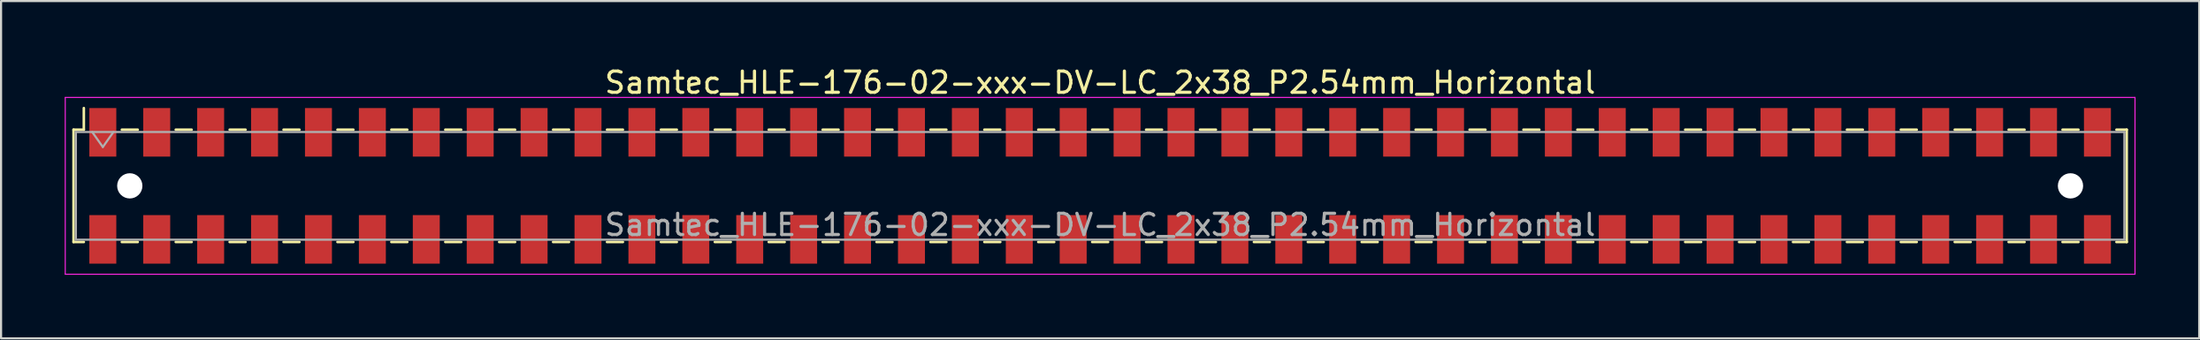
<source format=kicad_pcb>
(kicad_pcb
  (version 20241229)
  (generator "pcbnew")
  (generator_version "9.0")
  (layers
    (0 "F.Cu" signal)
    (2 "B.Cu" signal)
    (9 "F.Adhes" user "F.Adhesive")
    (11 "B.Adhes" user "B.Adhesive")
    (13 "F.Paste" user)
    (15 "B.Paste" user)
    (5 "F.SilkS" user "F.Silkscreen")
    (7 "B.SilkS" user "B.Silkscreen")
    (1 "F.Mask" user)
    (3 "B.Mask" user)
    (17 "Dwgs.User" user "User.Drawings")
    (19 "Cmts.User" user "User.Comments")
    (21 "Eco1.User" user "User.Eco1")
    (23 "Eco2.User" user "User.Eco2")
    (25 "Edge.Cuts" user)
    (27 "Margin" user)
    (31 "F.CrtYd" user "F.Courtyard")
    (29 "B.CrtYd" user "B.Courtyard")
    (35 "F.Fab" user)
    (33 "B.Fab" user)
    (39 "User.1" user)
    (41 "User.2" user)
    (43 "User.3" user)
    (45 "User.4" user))
  (footprint "Samtec_HLE-176-02-xxx-DV-LC_2x38_P2.54mm_Horizontal"
    (layer "F.Cu")
    (at 48.785 5.718)
    (property "Reference" "Samtec_HLE-176-02-xxx-DV-LC_2x38_P2.54mm_Horizontal" (at 0 -4.87 0) (layer "F.SilkS") (effects (font (size 1 1) (thickness 0.15))))
    (attr smd)
    (fp_line (start -48.37 -2.65) (end -48.37 2.65) (stroke (width 0.12) (type solid)) (layer "F.SilkS"))
    (fp_line (start -48.37 2.65) (end -47.885 2.65) (stroke (width 0.12) (type solid)) (layer "F.SilkS"))
    (fp_line (start -47.885 -3.67) (end -47.885 -2.65) (stroke (width 0.12) (type solid)) (layer "F.SilkS"))
    (fp_line (start -47.885 -2.65) (end -48.37 -2.65) (stroke (width 0.12) (type solid)) (layer "F.SilkS"))
    (fp_line (start -46.095 -2.65) (end -45.345 -2.65) (stroke (width 0.12) (type solid)) (layer "F.SilkS"))
    (fp_line (start -46.095 2.65) (end -45.345 2.65) (stroke (width 0.12) (type solid)) (layer "F.SilkS"))
    (fp_line (start -43.555 -2.65) (end -42.805 -2.65) (stroke (width 0.12) (type solid)) (layer "F.SilkS"))
    (fp_line (start -43.555 2.65) (end -42.805 2.65) (stroke (width 0.12) (type solid)) (layer "F.SilkS"))
    (fp_line (start -41.015 -2.65) (end -40.265 -2.65) (stroke (width 0.12) (type solid)) (layer "F.SilkS"))
    (fp_line (start -41.015 2.65) (end -40.265 2.65) (stroke (width 0.12) (type solid)) (layer "F.SilkS"))
    (fp_line (start -38.475 -2.65) (end -37.725 -2.65) (stroke (width 0.12) (type solid)) (layer "F.SilkS"))
    (fp_line (start -38.475 2.65) (end -37.725 2.65) (stroke (width 0.12) (type solid)) (layer "F.SilkS"))
    (fp_line (start -35.935 -2.65) (end -35.185 -2.65) (stroke (width 0.12) (type solid)) (layer "F.SilkS"))
    (fp_line (start -35.935 2.65) (end -35.185 2.65) (stroke (width 0.12) (type solid)) (layer "F.SilkS"))
    (fp_line (start -33.395 -2.65) (end -32.645 -2.65) (stroke (width 0.12) (type solid)) (layer "F.SilkS"))
    (fp_line (start -33.395 2.65) (end -32.645 2.65) (stroke (width 0.12) (type solid)) (layer "F.SilkS"))
    (fp_line (start -30.855 -2.65) (end -30.105 -2.65) (stroke (width 0.12) (type solid)) (layer "F.SilkS"))
    (fp_line (start -30.855 2.65) (end -30.105 2.65) (stroke (width 0.12) (type solid)) (layer "F.SilkS"))
    (fp_line (start -28.315 -2.65) (end -27.565 -2.65) (stroke (width 0.12) (type solid)) (layer "F.SilkS"))
    (fp_line (start -28.315 2.65) (end -27.565 2.65) (stroke (width 0.12) (type solid)) (layer "F.SilkS"))
    (fp_line (start -25.775 -2.65) (end -25.025 -2.65) (stroke (width 0.12) (type solid)) (layer "F.SilkS"))
    (fp_line (start -25.775 2.65) (end -25.025 2.65) (stroke (width 0.12) (type solid)) (layer "F.SilkS"))
    (fp_line (start -23.235 -2.65) (end -22.485 -2.65) (stroke (width 0.12) (type solid)) (layer "F.SilkS"))
    (fp_line (start -23.235 2.65) (end -22.485 2.65) (stroke (width 0.12) (type solid)) (layer "F.SilkS"))
    (fp_line (start -20.695 -2.65) (end -19.945 -2.65) (stroke (width 0.12) (type solid)) (layer "F.SilkS"))
    (fp_line (start -20.695 2.65) (end -19.945 2.65) (stroke (width 0.12) (type solid)) (layer "F.SilkS"))
    (fp_line (start -18.155 -2.65) (end -17.405 -2.65) (stroke (width 0.12) (type solid)) (layer "F.SilkS"))
    (fp_line (start -18.155 2.65) (end -17.405 2.65) (stroke (width 0.12) (type solid)) (layer "F.SilkS"))
    (fp_line (start -15.615 -2.65) (end -14.865 -2.65) (stroke (width 0.12) (type solid)) (layer "F.SilkS"))
    (fp_line (start -15.615 2.65) (end -14.865 2.65) (stroke (width 0.12) (type solid)) (layer "F.SilkS"))
    (fp_line (start -13.075 -2.65) (end -12.325 -2.65) (stroke (width 0.12) (type solid)) (layer "F.SilkS"))
    (fp_line (start -13.075 2.65) (end -12.325 2.65) (stroke (width 0.12) (type solid)) (layer "F.SilkS"))
    (fp_line (start -10.535 -2.65) (end -9.785 -2.65) (stroke (width 0.12) (type solid)) (layer "F.SilkS"))
    (fp_line (start -10.535 2.65) (end -9.785 2.65) (stroke (width 0.12) (type solid)) (layer "F.SilkS"))
    (fp_line (start -7.995 -2.65) (end -7.245 -2.65) (stroke (width 0.12) (type solid)) (layer "F.SilkS"))
    (fp_line (start -7.995 2.65) (end -7.245 2.65) (stroke (width 0.12) (type solid)) (layer "F.SilkS"))
    (fp_line (start -5.455 -2.65) (end -4.705 -2.65) (stroke (width 0.12) (type solid)) (layer "F.SilkS"))
    (fp_line (start -5.455 2.65) (end -4.705 2.65) (stroke (width 0.12) (type solid)) (layer "F.SilkS"))
    (fp_line (start -2.915 -2.65) (end -2.165 -2.65) (stroke (width 0.12) (type solid)) (layer "F.SilkS"))
    (fp_line (start -2.915 2.65) (end -2.165 2.65) (stroke (width 0.12) (type solid)) (layer "F.SilkS"))
    (fp_line (start -0.375 -2.65) (end 0.375 -2.65) (stroke (width 0.12) (type solid)) (layer "F.SilkS"))
    (fp_line (start -0.375 2.65) (end 0.375 2.65) (stroke (width 0.12) (type solid)) (layer "F.SilkS"))
    (fp_line (start 2.165 -2.65) (end 2.915 -2.65) (stroke (width 0.12) (type solid)) (layer "F.SilkS"))
    (fp_line (start 2.165 2.65) (end 2.915 2.65) (stroke (width 0.12) (type solid)) (layer "F.SilkS"))
    (fp_line (start 4.705 -2.65) (end 5.455 -2.65) (stroke (width 0.12) (type solid)) (layer "F.SilkS"))
    (fp_line (start 4.705 2.65) (end 5.455 2.65) (stroke (width 0.12) (type solid)) (layer "F.SilkS"))
    (fp_line (start 7.245 -2.65) (end 7.995 -2.65) (stroke (width 0.12) (type solid)) (layer "F.SilkS"))
    (fp_line (start 7.245 2.65) (end 7.995 2.65) (stroke (width 0.12) (type solid)) (layer "F.SilkS"))
    (fp_line (start 9.785 -2.65) (end 10.535 -2.65) (stroke (width 0.12) (type solid)) (layer "F.SilkS"))
    (fp_line (start 9.785 2.65) (end 10.535 2.65) (stroke (width 0.12) (type solid)) (layer "F.SilkS"))
    (fp_line (start 12.325 -2.65) (end 13.075 -2.65) (stroke (width 0.12) (type solid)) (layer "F.SilkS"))
    (fp_line (start 12.325 2.65) (end 13.075 2.65) (stroke (width 0.12) (type solid)) (layer "F.SilkS"))
    (fp_line (start 14.865 -2.65) (end 15.615 -2.65) (stroke (width 0.12) (type solid)) (layer "F.SilkS"))
    (fp_line (start 14.865 2.65) (end 15.615 2.65) (stroke (width 0.12) (type solid)) (layer "F.SilkS"))
    (fp_line (start 17.405 -2.65) (end 18.155 -2.65) (stroke (width 0.12) (type solid)) (layer "F.SilkS"))
    (fp_line (start 17.405 2.65) (end 18.155 2.65) (stroke (width 0.12) (type solid)) (layer "F.SilkS"))
    (fp_line (start 19.945 -2.65) (end 20.695 -2.65) (stroke (width 0.12) (type solid)) (layer "F.SilkS"))
    (fp_line (start 19.945 2.65) (end 20.695 2.65) (stroke (width 0.12) (type solid)) (layer "F.SilkS"))
    (fp_line (start 22.485 -2.65) (end 23.235 -2.65) (stroke (width 0.12) (type solid)) (layer "F.SilkS"))
    (fp_line (start 22.485 2.65) (end 23.235 2.65) (stroke (width 0.12) (type solid)) (layer "F.SilkS"))
    (fp_line (start 25.025 -2.65) (end 25.775 -2.65) (stroke (width 0.12) (type solid)) (layer "F.SilkS"))
    (fp_line (start 25.025 2.65) (end 25.775 2.65) (stroke (width 0.12) (type solid)) (layer "F.SilkS"))
    (fp_line (start 27.565 -2.65) (end 28.315 -2.65) (stroke (width 0.12) (type solid)) (layer "F.SilkS"))
    (fp_line (start 27.565 2.65) (end 28.315 2.65) (stroke (width 0.12) (type solid)) (layer "F.SilkS"))
    (fp_line (start 30.105 -2.65) (end 30.855 -2.65) (stroke (width 0.12) (type solid)) (layer "F.SilkS"))
    (fp_line (start 30.105 2.65) (end 30.855 2.65) (stroke (width 0.12) (type solid)) (layer "F.SilkS"))
    (fp_line (start 32.645 -2.65) (end 33.395 -2.65) (stroke (width 0.12) (type solid)) (layer "F.SilkS"))
    (fp_line (start 32.645 2.65) (end 33.395 2.65) (stroke (width 0.12) (type solid)) (layer "F.SilkS"))
    (fp_line (start 35.185 -2.65) (end 35.935 -2.65) (stroke (width 0.12) (type solid)) (layer "F.SilkS"))
    (fp_line (start 35.185 2.65) (end 35.935 2.65) (stroke (width 0.12) (type solid)) (layer "F.SilkS"))
    (fp_line (start 37.725 -2.65) (end 38.475 -2.65) (stroke (width 0.12) (type solid)) (layer "F.SilkS"))
    (fp_line (start 37.725 2.65) (end 38.475 2.65) (stroke (width 0.12) (type solid)) (layer "F.SilkS"))
    (fp_line (start 40.265 -2.65) (end 41.015 -2.65) (stroke (width 0.12) (type solid)) (layer "F.SilkS"))
    (fp_line (start 40.265 2.65) (end 41.015 2.65) (stroke (width 0.12) (type solid)) (layer "F.SilkS"))
    (fp_line (start 42.805 -2.65) (end 43.555 -2.65) (stroke (width 0.12) (type solid)) (layer "F.SilkS"))
    (fp_line (start 42.805 2.65) (end 43.555 2.65) (stroke (width 0.12) (type solid)) (layer "F.SilkS"))
    (fp_line (start 45.345 -2.65) (end 46.095 -2.65) (stroke (width 0.12) (type solid)) (layer "F.SilkS"))
    (fp_line (start 45.345 2.65) (end 46.095 2.65) (stroke (width 0.12) (type solid)) (layer "F.SilkS"))
    (fp_line (start 47.885 -2.65) (end 48.37 -2.65) (stroke (width 0.12) (type solid)) (layer "F.SilkS"))
    (fp_line (start 48.37 -2.65) (end 48.37 2.65) (stroke (width 0.12) (type solid)) (layer "F.SilkS"))
    (fp_line (start 48.37 2.65) (end 47.885 2.65) (stroke (width 0.12) (type solid)) (layer "F.SilkS"))
    (fp_line (start -48.76 -4.17) (end 48.76 -4.17) (stroke (width 0.05) (type solid)) (layer "F.CrtYd"))
    (fp_line (start -48.76 4.17) (end -48.76 -4.17) (stroke (width 0.05) (type solid)) (layer "F.CrtYd"))
    (fp_line (start 48.76 -4.17) (end 48.76 4.17) (stroke (width 0.05) (type solid)) (layer "F.CrtYd"))
    (fp_line (start 48.76 4.17) (end -48.76 4.17) (stroke (width 0.05) (type solid)) (layer "F.CrtYd"))
    (fp_line (start -48.26 -2.54) (end 48.26 -2.54) (stroke (width 0.1) (type solid)) (layer "F.Fab"))
    (fp_line (start -48.26 2.54) (end -48.26 -2.54) (stroke (width 0.1) (type solid)) (layer "F.Fab"))
    (fp_line (start -47.49 -2.54) (end -46.99 -1.833) (stroke (width 0.1) (type solid)) (layer "F.Fab"))
    (fp_line (start -46.99 -1.833) (end -46.49 -2.54) (stroke (width 0.1) (type solid)) (layer "F.Fab"))
    (fp_line (start 48.26 -2.54) (end 48.26 2.54) (stroke (width 0.1) (type solid)) (layer "F.Fab"))
    (fp_line (start 48.26 2.54) (end -48.26 2.54) (stroke (width 0.1) (type solid)) (layer "F.Fab"))
    (fp_text user "${REFERENCE}" (at 0 1.84 0) (layer "F.Fab") (effects (font (size 1 1) (thickness 0.15))))
    (pad "" np_thru_hole circle (at -45.72 0) (size 1.19 1.19) (drill 1.19) (layers "*.Cu" "*.Mask"))
    (pad "" np_thru_hole circle (at 45.72 0) (size 1.19 1.19) (drill 1.19) (layers "*.Cu" "*.Mask"))
    (pad "1" smd rect (at -46.99 -2.525) (size 1.27 2.29) (layers "F.Cu" "F.Mask" "F.Paste"))
    (pad "2" smd rect (at -46.99 2.525) (size 1.27 2.29) (layers "F.Cu" "F.Mask" "F.Paste"))
    (pad "3" smd rect (at -44.45 -2.525) (size 1.27 2.29) (layers "F.Cu" "F.Mask" "F.Paste"))
    (pad "4" smd rect (at -44.45 2.525) (size 1.27 2.29) (layers "F.Cu" "F.Mask" "F.Paste"))
    (pad "5" smd rect (at -41.91 -2.525) (size 1.27 2.29) (layers "F.Cu" "F.Mask" "F.Paste"))
    (pad "6" smd rect (at -41.91 2.525) (size 1.27 2.29) (layers "F.Cu" "F.Mask" "F.Paste"))
    (pad "7" smd rect (at -39.37 -2.525) (size 1.27 2.29) (layers "F.Cu" "F.Mask" "F.Paste"))
    (pad "8" smd rect (at -39.37 2.525) (size 1.27 2.29) (layers "F.Cu" "F.Mask" "F.Paste"))
    (pad "9" smd rect (at -36.83 -2.525) (size 1.27 2.29) (layers "F.Cu" "F.Mask" "F.Paste"))
    (pad "10" smd rect (at -36.83 2.525) (size 1.27 2.29) (layers "F.Cu" "F.Mask" "F.Paste"))
    (pad "11" smd rect (at -34.29 -2.525) (size 1.27 2.29) (layers "F.Cu" "F.Mask" "F.Paste"))
    (pad "12" smd rect (at -34.29 2.525) (size 1.27 2.29) (layers "F.Cu" "F.Mask" "F.Paste"))
    (pad "13" smd rect (at -31.75 -2.525) (size 1.27 2.29) (layers "F.Cu" "F.Mask" "F.Paste"))
    (pad "14" smd rect (at -31.75 2.525) (size 1.27 2.29) (layers "F.Cu" "F.Mask" "F.Paste"))
    (pad "15" smd rect (at -29.21 -2.525) (size 1.27 2.29) (layers "F.Cu" "F.Mask" "F.Paste"))
    (pad "16" smd rect (at -29.21 2.525) (size 1.27 2.29) (layers "F.Cu" "F.Mask" "F.Paste"))
    (pad "17" smd rect (at -26.67 -2.525) (size 1.27 2.29) (layers "F.Cu" "F.Mask" "F.Paste"))
    (pad "18" smd rect (at -26.67 2.525) (size 1.27 2.29) (layers "F.Cu" "F.Mask" "F.Paste"))
    (pad "19" smd rect (at -24.13 -2.525) (size 1.27 2.29) (layers "F.Cu" "F.Mask" "F.Paste"))
    (pad "20" smd rect (at -24.13 2.525) (size 1.27 2.29) (layers "F.Cu" "F.Mask" "F.Paste"))
    (pad "21" smd rect (at -21.59 -2.525) (size 1.27 2.29) (layers "F.Cu" "F.Mask" "F.Paste"))
    (pad "22" smd rect (at -21.59 2.525) (size 1.27 2.29) (layers "F.Cu" "F.Mask" "F.Paste"))
    (pad "23" smd rect (at -19.05 -2.525) (size 1.27 2.29) (layers "F.Cu" "F.Mask" "F.Paste"))
    (pad "24" smd rect (at -19.05 2.525) (size 1.27 2.29) (layers "F.Cu" "F.Mask" "F.Paste"))
    (pad "25" smd rect (at -16.51 -2.525) (size 1.27 2.29) (layers "F.Cu" "F.Mask" "F.Paste"))
    (pad "26" smd rect (at -16.51 2.525) (size 1.27 2.29) (layers "F.Cu" "F.Mask" "F.Paste"))
    (pad "27" smd rect (at -13.97 -2.525) (size 1.27 2.29) (layers "F.Cu" "F.Mask" "F.Paste"))
    (pad "28" smd rect (at -13.97 2.525) (size 1.27 2.29) (layers "F.Cu" "F.Mask" "F.Paste"))
    (pad "29" smd rect (at -11.43 -2.525) (size 1.27 2.29) (layers "F.Cu" "F.Mask" "F.Paste"))
    (pad "30" smd rect (at -11.43 2.525) (size 1.27 2.29) (layers "F.Cu" "F.Mask" "F.Paste"))
    (pad "31" smd rect (at -8.89 -2.525) (size 1.27 2.29) (layers "F.Cu" "F.Mask" "F.Paste"))
    (pad "32" smd rect (at -8.89 2.525) (size 1.27 2.29) (layers "F.Cu" "F.Mask" "F.Paste"))
    (pad "33" smd rect (at -6.35 -2.525) (size 1.27 2.29) (layers "F.Cu" "F.Mask" "F.Paste"))
    (pad "34" smd rect (at -6.35 2.525) (size 1.27 2.29) (layers "F.Cu" "F.Mask" "F.Paste"))
    (pad "35" smd rect (at -3.81 -2.525) (size 1.27 2.29) (layers "F.Cu" "F.Mask" "F.Paste"))
    (pad "36" smd rect (at -3.81 2.525) (size 1.27 2.29) (layers "F.Cu" "F.Mask" "F.Paste"))
    (pad "37" smd rect (at -1.27 -2.525) (size 1.27 2.29) (layers "F.Cu" "F.Mask" "F.Paste"))
    (pad "38" smd rect (at -1.27 2.525) (size 1.27 2.29) (layers "F.Cu" "F.Mask" "F.Paste"))
    (pad "39" smd rect (at 1.27 -2.525) (size 1.27 2.29) (layers "F.Cu" "F.Mask" "F.Paste"))
    (pad "40" smd rect (at 1.27 2.525) (size 1.27 2.29) (layers "F.Cu" "F.Mask" "F.Paste"))
    (pad "41" smd rect (at 3.81 -2.525) (size 1.27 2.29) (layers "F.Cu" "F.Mask" "F.Paste"))
    (pad "42" smd rect (at 3.81 2.525) (size 1.27 2.29) (layers "F.Cu" "F.Mask" "F.Paste"))
    (pad "43" smd rect (at 6.35 -2.525) (size 1.27 2.29) (layers "F.Cu" "F.Mask" "F.Paste"))
    (pad "44" smd rect (at 6.35 2.525) (size 1.27 2.29) (layers "F.Cu" "F.Mask" "F.Paste"))
    (pad "45" smd rect (at 8.89 -2.525) (size 1.27 2.29) (layers "F.Cu" "F.Mask" "F.Paste"))
    (pad "46" smd rect (at 8.89 2.525) (size 1.27 2.29) (layers "F.Cu" "F.Mask" "F.Paste"))
    (pad "47" smd rect (at 11.43 -2.525) (size 1.27 2.29) (layers "F.Cu" "F.Mask" "F.Paste"))
    (pad "48" smd rect (at 11.43 2.525) (size 1.27 2.29) (layers "F.Cu" "F.Mask" "F.Paste"))
    (pad "49" smd rect (at 13.97 -2.525) (size 1.27 2.29) (layers "F.Cu" "F.Mask" "F.Paste"))
    (pad "50" smd rect (at 13.97 2.525) (size 1.27 2.29) (layers "F.Cu" "F.Mask" "F.Paste"))
    (pad "51" smd rect (at 16.51 -2.525) (size 1.27 2.29) (layers "F.Cu" "F.Mask" "F.Paste"))
    (pad "52" smd rect (at 16.51 2.525) (size 1.27 2.29) (layers "F.Cu" "F.Mask" "F.Paste"))
    (pad "53" smd rect (at 19.05 -2.525) (size 1.27 2.29) (layers "F.Cu" "F.Mask" "F.Paste"))
    (pad "54" smd rect (at 19.05 2.525) (size 1.27 2.29) (layers "F.Cu" "F.Mask" "F.Paste"))
    (pad "55" smd rect (at 21.59 -2.525) (size 1.27 2.29) (layers "F.Cu" "F.Mask" "F.Paste"))
    (pad "56" smd rect (at 21.59 2.525) (size 1.27 2.29) (layers "F.Cu" "F.Mask" "F.Paste"))
    (pad "57" smd rect (at 24.13 -2.525) (size 1.27 2.29) (layers "F.Cu" "F.Mask" "F.Paste"))
    (pad "58" smd rect (at 24.13 2.525) (size 1.27 2.29) (layers "F.Cu" "F.Mask" "F.Paste"))
    (pad "59" smd rect (at 26.67 -2.525) (size 1.27 2.29) (layers "F.Cu" "F.Mask" "F.Paste"))
    (pad "60" smd rect (at 26.67 2.525) (size 1.27 2.29) (layers "F.Cu" "F.Mask" "F.Paste"))
    (pad "61" smd rect (at 29.21 -2.525) (size 1.27 2.29) (layers "F.Cu" "F.Mask" "F.Paste"))
    (pad "62" smd rect (at 29.21 2.525) (size 1.27 2.29) (layers "F.Cu" "F.Mask" "F.Paste"))
    (pad "63" smd rect (at 31.75 -2.525) (size 1.27 2.29) (layers "F.Cu" "F.Mask" "F.Paste"))
    (pad "64" smd rect (at 31.75 2.525) (size 1.27 2.29) (layers "F.Cu" "F.Mask" "F.Paste"))
    (pad "65" smd rect (at 34.29 -2.525) (size 1.27 2.29) (layers "F.Cu" "F.Mask" "F.Paste"))
    (pad "66" smd rect (at 34.29 2.525) (size 1.27 2.29) (layers "F.Cu" "F.Mask" "F.Paste"))
    (pad "67" smd rect (at 36.83 -2.525) (size 1.27 2.29) (layers "F.Cu" "F.Mask" "F.Paste"))
    (pad "68" smd rect (at 36.83 2.525) (size 1.27 2.29) (layers "F.Cu" "F.Mask" "F.Paste"))
    (pad "69" smd rect (at 39.37 -2.525) (size 1.27 2.29) (layers "F.Cu" "F.Mask" "F.Paste"))
    (pad "70" smd rect (at 39.37 2.525) (size 1.27 2.29) (layers "F.Cu" "F.Mask" "F.Paste"))
    (pad "71" smd rect (at 41.91 -2.525) (size 1.27 2.29) (layers "F.Cu" "F.Mask" "F.Paste"))
    (pad "72" smd rect (at 41.91 2.525) (size 1.27 2.29) (layers "F.Cu" "F.Mask" "F.Paste"))
    (pad "73" smd rect (at 44.45 -2.525) (size 1.27 2.29) (layers "F.Cu" "F.Mask" "F.Paste"))
    (pad "74" smd rect (at 44.45 2.525) (size 1.27 2.29) (layers "F.Cu" "F.Mask" "F.Paste"))
    (pad "75" smd rect (at 46.99 -2.525) (size 1.27 2.29) (layers "F.Cu" "F.Mask" "F.Paste"))
    (pad "76" smd rect (at 46.99 2.525) (size 1.27 2.29) (layers "F.Cu" "F.Mask" "F.Paste")))
  (gr_rect
    (start -3 -3)
    (end 100.57 12.913)
    (stroke (width 0.1) (type default))
    (fill no)
    (layer "Edge.Cuts")))
</source>
